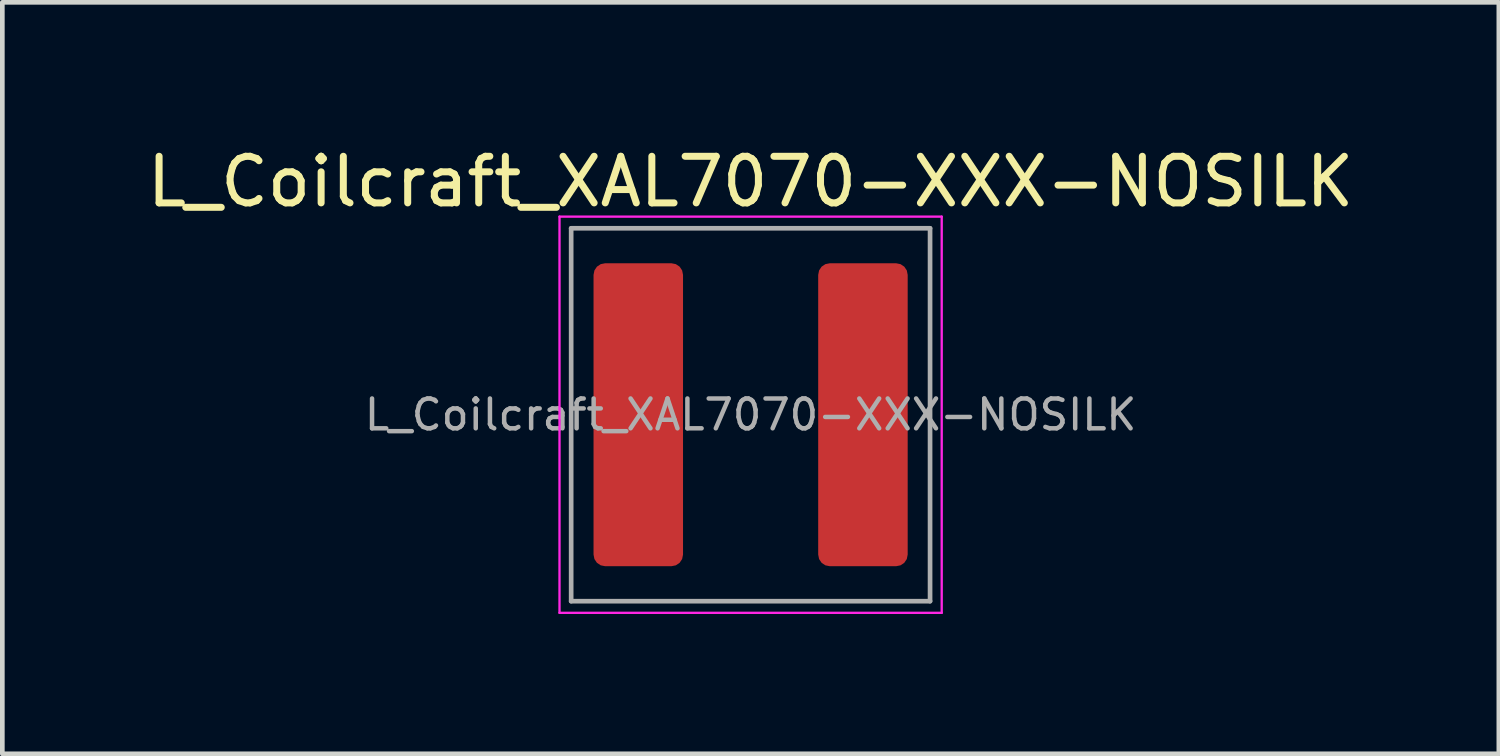
<source format=kicad_pcb>
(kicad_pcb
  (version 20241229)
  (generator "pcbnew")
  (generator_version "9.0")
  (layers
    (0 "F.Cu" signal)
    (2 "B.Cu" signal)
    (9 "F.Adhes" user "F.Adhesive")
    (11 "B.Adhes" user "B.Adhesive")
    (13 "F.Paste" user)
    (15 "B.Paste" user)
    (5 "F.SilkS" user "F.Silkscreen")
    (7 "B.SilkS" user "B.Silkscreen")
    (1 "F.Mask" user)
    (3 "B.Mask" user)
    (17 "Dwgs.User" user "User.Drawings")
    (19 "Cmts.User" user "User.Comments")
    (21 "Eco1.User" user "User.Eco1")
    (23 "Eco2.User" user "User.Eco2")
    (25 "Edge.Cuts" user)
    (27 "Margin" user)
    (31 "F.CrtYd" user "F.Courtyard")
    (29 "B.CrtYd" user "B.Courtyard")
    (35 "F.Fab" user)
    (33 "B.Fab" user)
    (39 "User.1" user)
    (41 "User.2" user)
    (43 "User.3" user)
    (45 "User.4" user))
  (footprint "L_Coilcraft_XAL7070-XXX-NOSILK"
    (layer "F.Cu")
    (at 13.054 5.848)
    (property "Reference" "L_Coilcraft_XAL7070-XXX-NOSILK" (at 0 -5 0) (layer "F.SilkS") (effects (font (size 1 1) (thickness 0.15))))
    (attr smd)
    (fp_line (start -4.1 -4.25) (end -4.1 4.25) (stroke (width 0.05) (type solid)) (layer "F.CrtYd"))
    (fp_line (start -4.1 4.25) (end 4.1 4.25) (stroke (width 0.05) (type solid)) (layer "F.CrtYd"))
    (fp_line (start 4.1 -4.25) (end -4.1 -4.25) (stroke (width 0.05) (type solid)) (layer "F.CrtYd"))
    (fp_line (start 4.1 4.25) (end 4.1 -4.25) (stroke (width 0.05) (type solid)) (layer "F.CrtYd"))
    (fp_line (start -3.85 -4) (end -3.85 4) (stroke (width 0.1) (type solid)) (layer "F.Fab"))
    (fp_line (start -3.85 4) (end 3.85 4) (stroke (width 0.1) (type solid)) (layer "F.Fab"))
    (fp_line (start 3.85 -4) (end -3.85 -4) (stroke (width 0.1) (type solid)) (layer "F.Fab"))
    (fp_line (start 3.85 4) (end 3.85 -4) (stroke (width 0.1) (type solid)) (layer "F.Fab"))
    (fp_text user "${REFERENCE}" (at 0 0 0) (layer "F.Fab") (effects (font (size 0.64 0.64) (thickness 0.096))))
    (pad "1" smd roundrect (at -2.41 0) (size 1.92 6.5) (layers "F.Cu" "F.Mask" "F.Paste") (roundrect_rratio 0.13))
    (pad "2" smd roundrect (at 2.41 0) (size 1.92 6.5) (layers "F.Cu" "F.Mask" "F.Paste") (roundrect_rratio 0.13)))
  (gr_rect
    (start -3 -3)
    (end 29.107 13.123)
    (stroke (width 0.1) (type default))
    (fill no)
    (layer "Edge.Cuts")))
</source>
